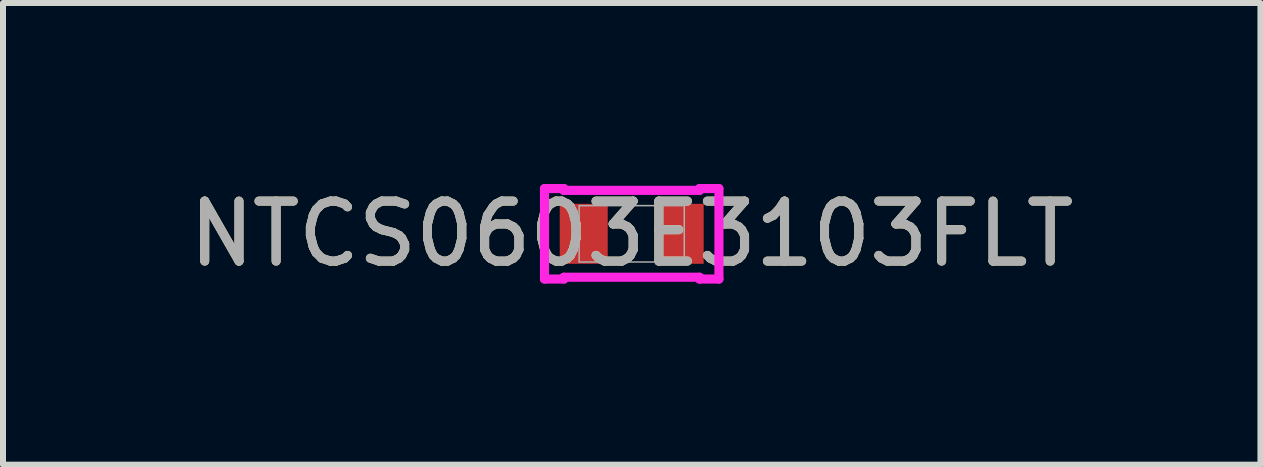
<source format=kicad_pcb>
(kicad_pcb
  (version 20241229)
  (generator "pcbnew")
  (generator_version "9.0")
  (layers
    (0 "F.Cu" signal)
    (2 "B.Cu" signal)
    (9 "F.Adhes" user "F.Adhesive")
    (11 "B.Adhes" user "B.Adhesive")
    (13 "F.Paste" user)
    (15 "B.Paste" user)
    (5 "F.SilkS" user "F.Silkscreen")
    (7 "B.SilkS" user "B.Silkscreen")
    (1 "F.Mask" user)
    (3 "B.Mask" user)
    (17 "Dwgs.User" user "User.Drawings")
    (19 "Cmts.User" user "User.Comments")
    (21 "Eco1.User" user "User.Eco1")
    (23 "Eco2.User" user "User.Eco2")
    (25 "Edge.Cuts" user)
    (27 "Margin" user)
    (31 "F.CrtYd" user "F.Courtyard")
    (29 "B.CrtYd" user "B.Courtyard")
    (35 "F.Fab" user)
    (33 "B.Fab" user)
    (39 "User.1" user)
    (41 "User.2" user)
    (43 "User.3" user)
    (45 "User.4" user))
  (footprint "NTCS0603E3103FLT"
    (layer "F.Cu")
    (at 7.482 0.848)
    (property "Reference" "NTCS0603E3103FLT" (at 0 0 0) (unlocked yes) (layer "F.SilkS") (effects (font (size 1 1) (thickness 0.15))))
    (attr smd)
    (fp_line (start -1.454 -0.754) (end -1.13 -0.754) (stroke (width 0.152) (type solid)) (layer "F.CrtYd"))
    (fp_line (start -1.454 0.754) (end -1.454 -0.754) (stroke (width 0.152) (type solid)) (layer "F.CrtYd"))
    (fp_line (start -1.13 -0.754) (end -1.13 -0.724) (stroke (width 0.152) (type solid)) (layer "F.CrtYd"))
    (fp_line (start -1.13 -0.724) (end 1.13 -0.724) (stroke (width 0.152) (type solid)) (layer "F.CrtYd"))
    (fp_line (start -1.13 0.724) (end -1.13 0.754) (stroke (width 0.152) (type solid)) (layer "F.CrtYd"))
    (fp_line (start -1.13 0.754) (end -1.454 0.754) (stroke (width 0.152) (type solid)) (layer "F.CrtYd"))
    (fp_line (start 1.13 -0.754) (end 1.454 -0.754) (stroke (width 0.152) (type solid)) (layer "F.CrtYd"))
    (fp_line (start 1.13 -0.724) (end 1.13 -0.754) (stroke (width 0.152) (type solid)) (layer "F.CrtYd"))
    (fp_line (start 1.13 0.724) (end -1.13 0.724) (stroke (width 0.152) (type solid)) (layer "F.CrtYd"))
    (fp_line (start 1.13 0.754) (end 1.13 0.724) (stroke (width 0.152) (type solid)) (layer "F.CrtYd"))
    (fp_line (start 1.454 -0.754) (end 1.454 0.754) (stroke (width 0.152) (type solid)) (layer "F.CrtYd"))
    (fp_line (start 1.454 0.754) (end 1.13 0.754) (stroke (width 0.152) (type solid)) (layer "F.CrtYd"))
    (fp_line (start -0.876 -0.47) (end -0.876 0.47) (stroke (width 0.025) (type solid)) (layer "F.Fab"))
    (fp_line (start -0.876 0.47) (end 0.876 0.47) (stroke (width 0.025) (type solid)) (layer "F.Fab"))
    (fp_line (start 0.876 -0.47) (end -0.876 -0.47) (stroke (width 0.025) (type solid)) (layer "F.Fab"))
    (fp_line (start 0.876 0.47) (end 0.876 -0.47) (stroke (width 0.025) (type solid)) (layer "F.Fab"))
    (fp_text user "${REFERENCE}" (at 0 0 0) (unlocked yes) (layer "F.Fab") (effects (font (size 1 1) (thickness 0.15))))
    (pad "1" smd rect (at -0.8 0) (size 0.8 1) (layers "F.Cu" "F.Mask" "F.Paste"))
    (pad "2" smd rect (at 0.8 0) (size 0.8 1) (layers "F.Cu" "F.Mask" "F.Paste"))
    (zone (net_name "") (layer "F.Cu") (hatch full 0.508) (connect_pads) (min_thickness 0.254) (filled_areas_thickness no) (keepout (tracks not_allowed) (vias not_allowed) (pads allowed) (copperpour not_allowed) (footprints allowed)) (placement (enabled no)) (fill) (polygon (pts (xy 7.133 0.399) (xy 7.831 0.399) (xy 7.831 1.297) (xy 7.133 1.297)))))
  (gr_rect
    (start -3 -3)
    (end 17.964 4.697)
    (stroke (width 0.1) (type default))
    (fill no)
    (layer "Edge.Cuts")))
</source>
